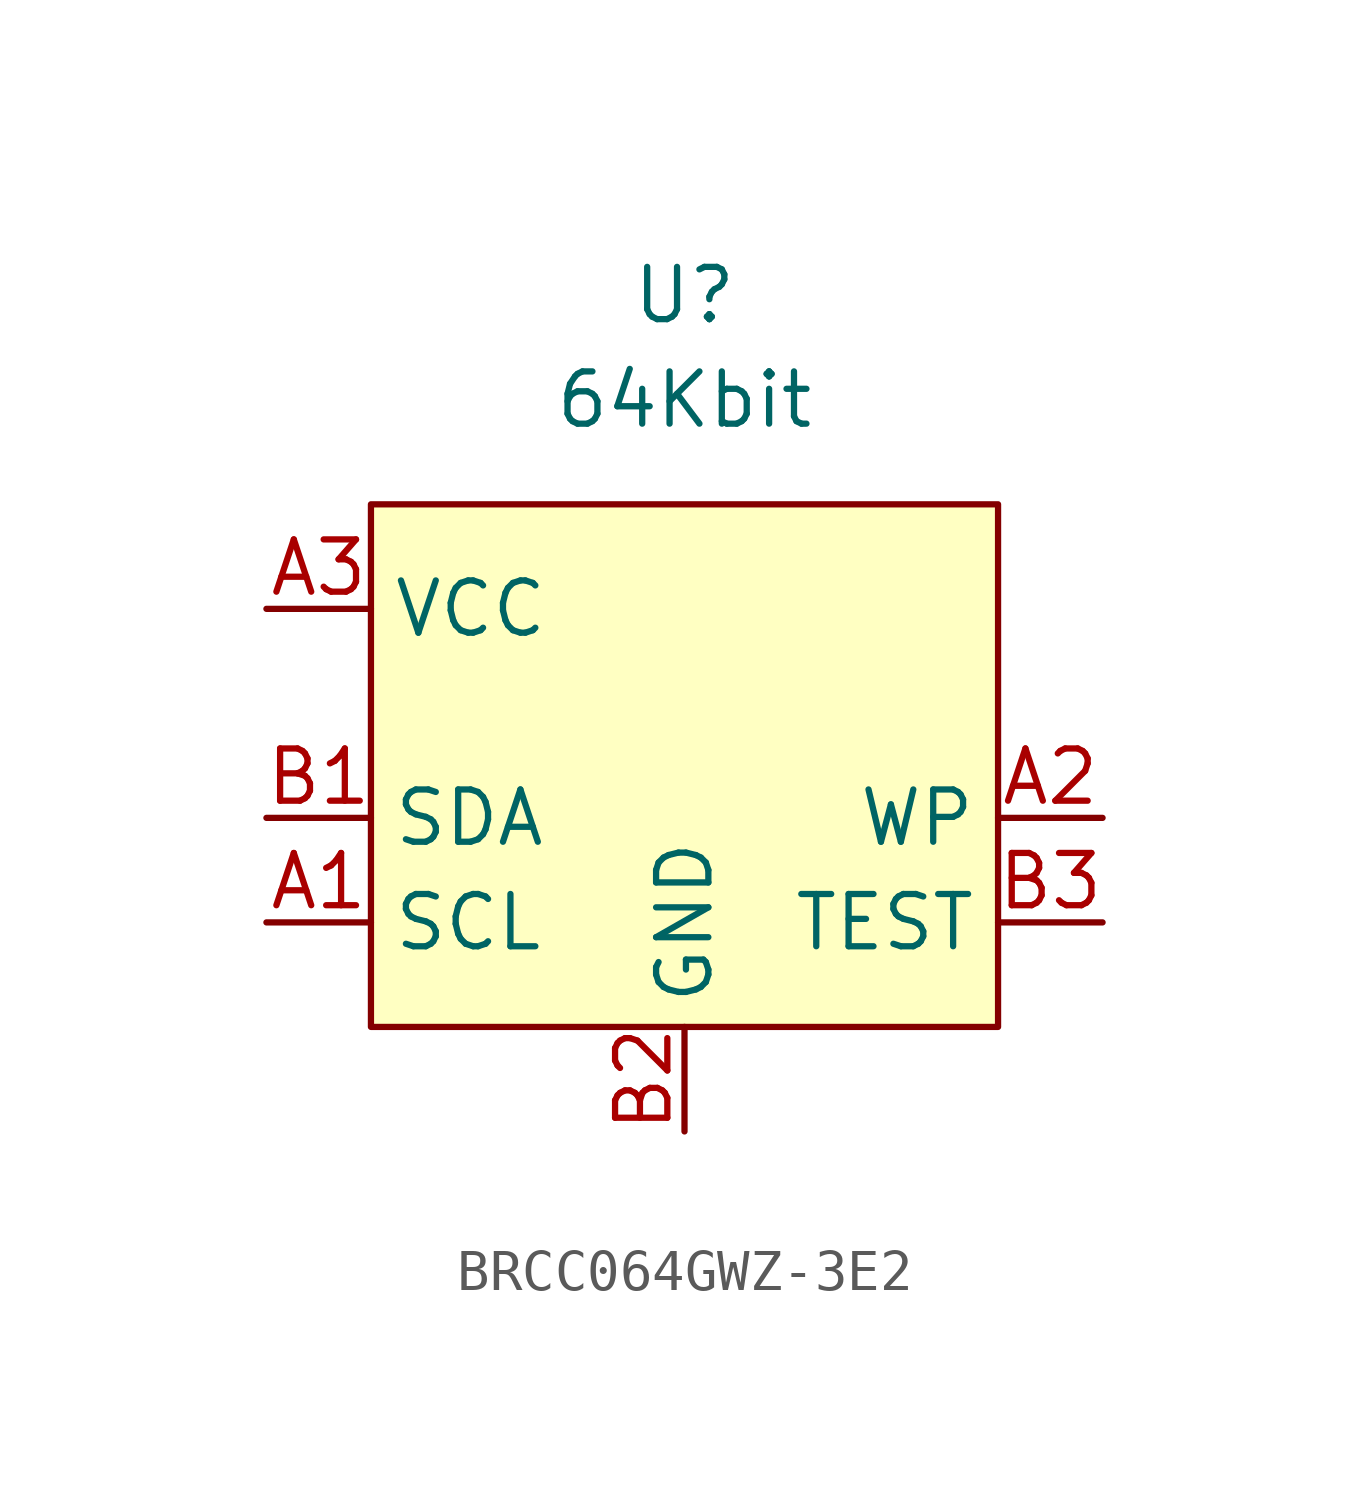
<source format=kicad_sym>
(kicad_symbol_lib
  (version 20220914)
  (generator kicad_symbol_editor)
  (symbol "BRCC064GWZ-3E2"
    (property "Reference" "U"
      (at 0 7.62 0)
      (effects (font (size 1.27 1.27))))
    (property "Value" "64Kbit"
      (at 0 5.08 0)
      (effects (font (size 1.27 1.27))))
    (symbol "BRCC064GWZ-3E2_1_1"
      (rectangle (start -7.62 2.54) (end 7.62 -10.16) (stroke (width 0) (type default)) (fill (type background)))
      (pin input line (at -10.16 -7.62 0) (length 2.54) (name "SCL" (effects (font (size 1.27 1.27)))) (number "A1" (effects (font (size 1.27 1.27)))))
      (pin input line (at 10.16 -5.08 180) (length 2.54) (name "WP" (effects (font (size 1.27 1.27)))) (number "A2" (effects (font (size 1.27 1.27)))))
      (pin input line (at -10.16 0 0) (length 2.54) (name "VCC" (effects (font (size 1.27 1.27)))) (number "A3" (effects (font (size 1.27 1.27)))))
      (pin bidirectional line (at -10.16 -5.08 0) (length 2.54) (name "SDA" (effects (font (size 1.27 1.27)))) (number "B1" (effects (font (size 1.27 1.27)))))
      (pin input line (at 0 -12.7 90) (length 2.54) (name "GND" (effects (font (size 1.27 1.27)))) (number "B2" (effects (font (size 1.27 1.27)))))
      (pin input line (at 10.16 -7.62 180) (length 2.54) (name "TEST" (effects (font (size 1.27 1.27)))) (number "B3" (effects (font (size 1.27 1.27))))))))
</source>
